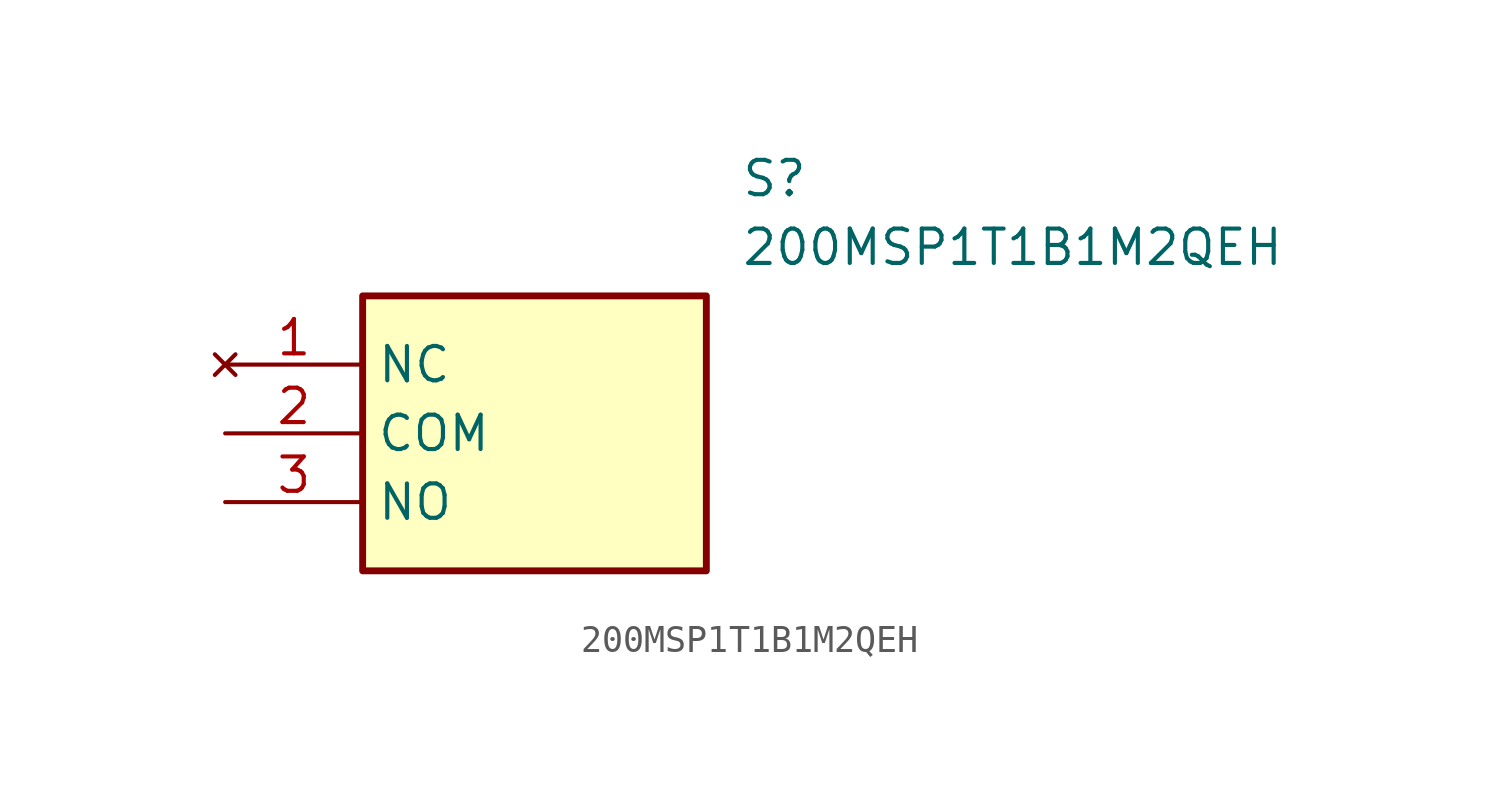
<source format=kicad_sym>
(kicad_symbol_lib
  (version 20211014)
  (generator SamacSys_ECAD_Model)
  (symbol "200MSP1T1B1M2QEH"
    (property "Reference" "S"
      (at 19.05 7.62 0)
      (effects (font (size 1.27 1.27)) (justify left top)))
    (property "Value" "200MSP1T1B1M2QEH"
      (at 19.05 5.08 0)
      (effects (font (size 1.27 1.27)) (justify left top)))
    (rectangle
      (start 5.08 2.54)
      (end 17.78 -7.62)
      (stroke (width 0.254) (type default))
      (fill (type background)))
    (pin no_connect line
      (at 0 0 0)
      (length 5.08)
      (name "NC" (effects (font (size 1.27 1.27))))
      (number "1" (effects (font (size 1.27 1.27)))))
    (pin passive line
      (at 0 -2.54 0)
      (length 5.08)
      (name "COM" (effects (font (size 1.27 1.27))))
      (number "2" (effects (font (size 1.27 1.27)))))
    (pin passive line
      (at 0 -5.08 0)
      (length 5.08)
      (name "NO" (effects (font (size 1.27 1.27))))
      (number "3" (effects (font (size 1.27 1.27)))))))
</source>
